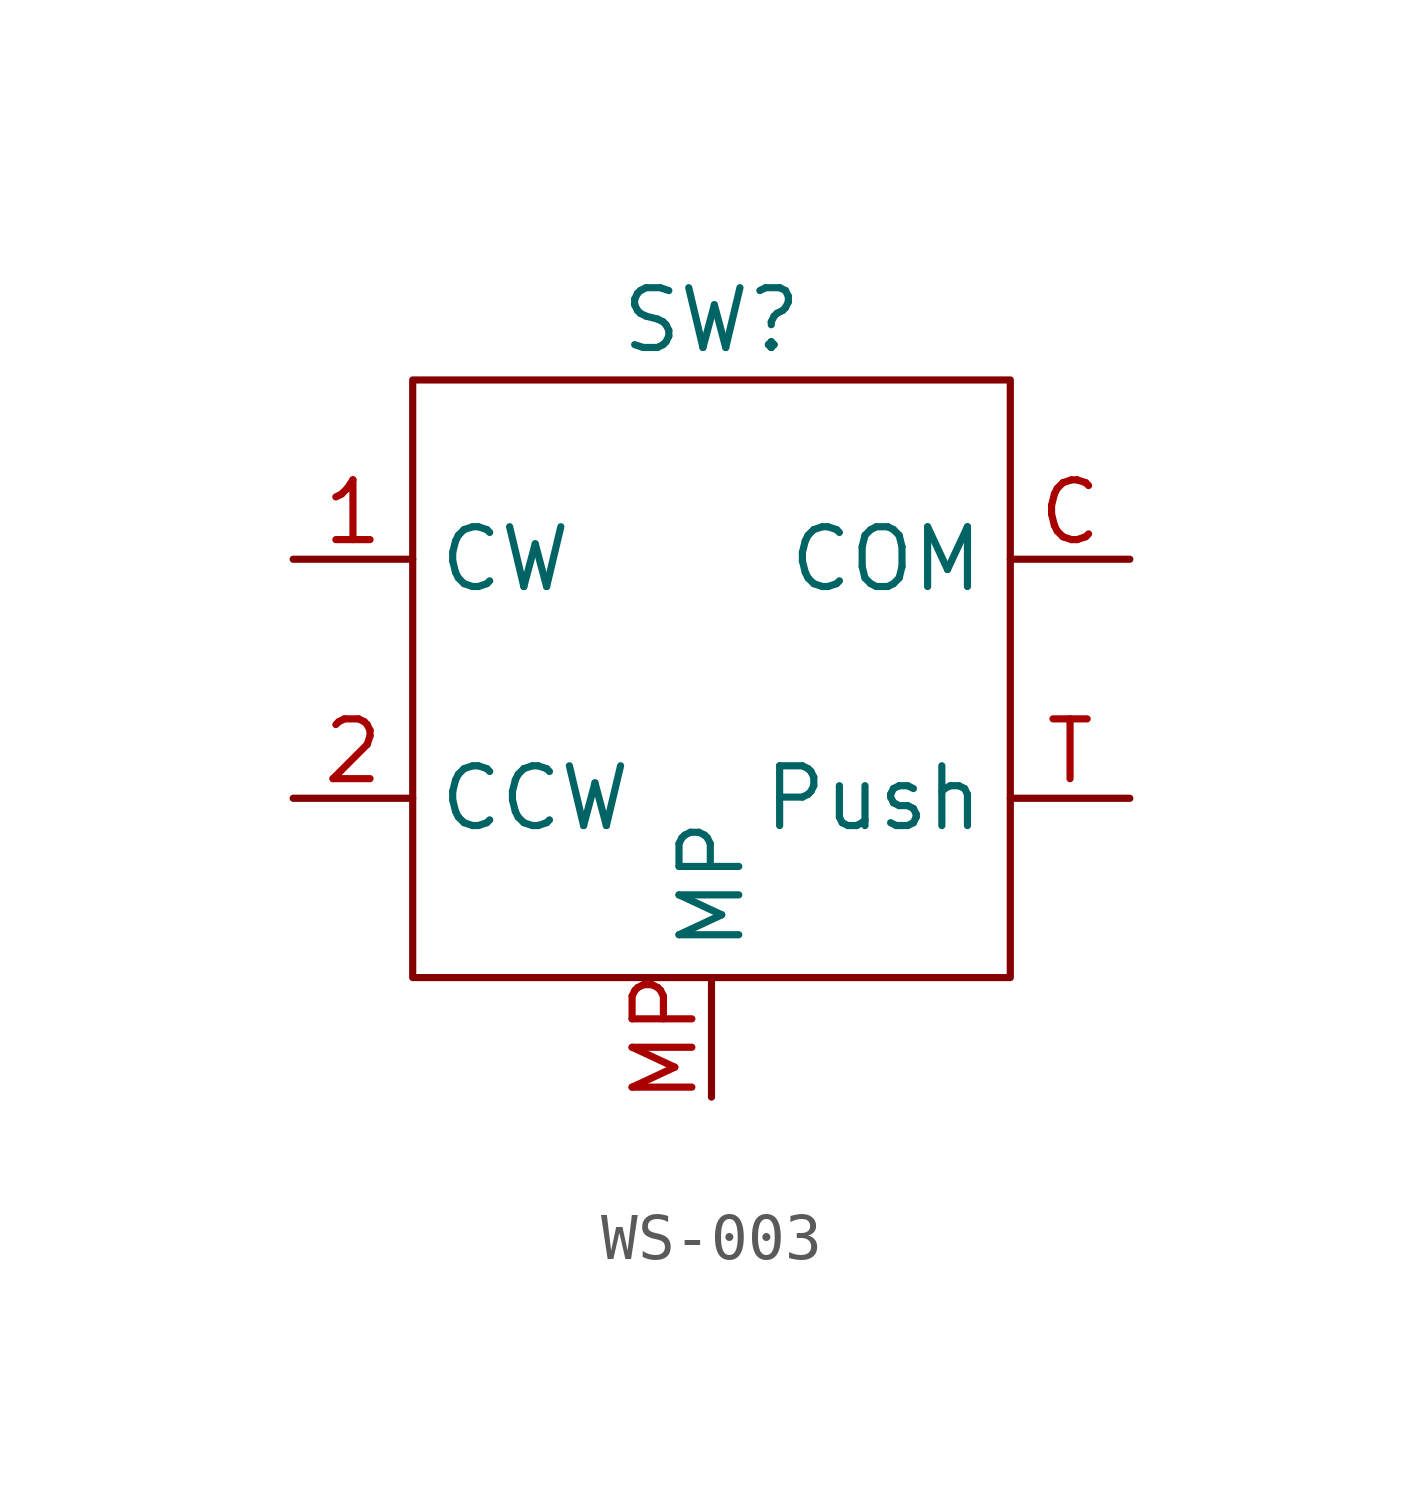
<source format=kicad_sym>
(kicad_symbol_lib
  (version 20241209)
  (generator "kicad_symbol_editor")
  (generator_version "9.0")
  (symbol "WS-003"
    (property "Reference" "SW"
      (at 0 7.62 0)
      (effects (font (size 1.27 1.27))))
    (property "Value" ""
      (at 0 0 0)
      (effects (font (size 1.27 1.27))))
    (symbol "WS-003_0_1"
      (rectangle (start -6.35 6.35) (end 6.35 -6.35) (stroke (width 0) (type default)) (fill (type none))))
    (symbol "WS-003_1_1"
      (pin bidirectional line (at -8.89 2.54 0) (length 2.54) (name "CW" (effects (font (size 1.27 1.27)))) (number "1" (effects (font (size 1.27 1.27)))))
      (pin bidirectional line (at -8.89 -2.54 0) (length 2.54) (name "CCW" (effects (font (size 1.27 1.27)))) (number "2" (effects (font (size 1.27 1.27)))))
      (pin passive line (at 0 -8.89 90) (length 2.54) (name "MP" (effects (font (size 1.27 1.27)))) (number "MP" (effects (font (size 1.27 1.27)))))
      (pin bidirectional line (at 8.89 2.54 180) (length 2.54) (name "COM" (effects (font (size 1.27 1.27)))) (number "C" (effects (font (size 1.27 1.27)))))
      (pin bidirectional line (at 8.89 -2.54 180) (length 2.54) (name "Push" (effects (font (size 1.27 1.27)))) (number "T" (effects (font (size 1.27 1.27))))))))
</source>
